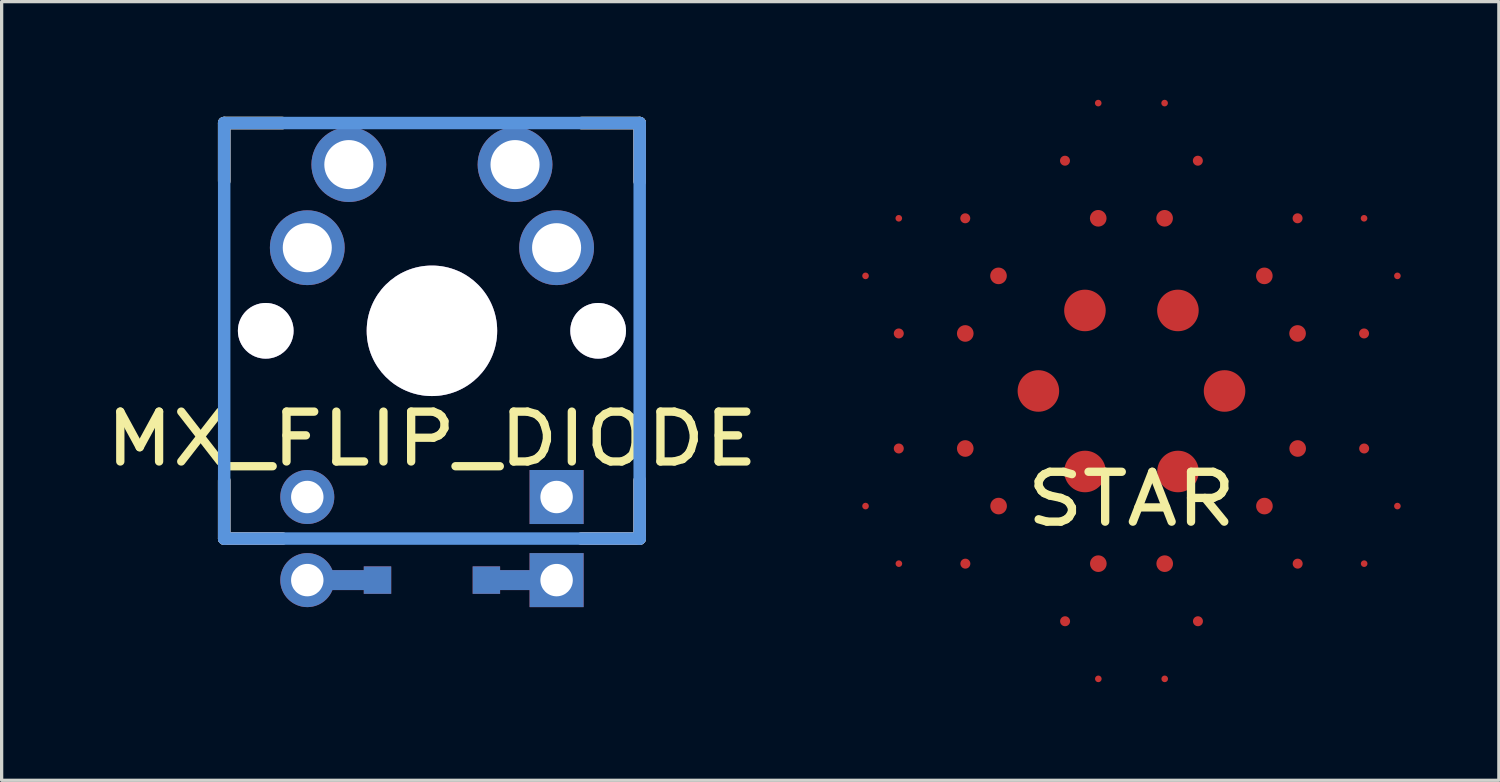
<source format=kicad_pcb>
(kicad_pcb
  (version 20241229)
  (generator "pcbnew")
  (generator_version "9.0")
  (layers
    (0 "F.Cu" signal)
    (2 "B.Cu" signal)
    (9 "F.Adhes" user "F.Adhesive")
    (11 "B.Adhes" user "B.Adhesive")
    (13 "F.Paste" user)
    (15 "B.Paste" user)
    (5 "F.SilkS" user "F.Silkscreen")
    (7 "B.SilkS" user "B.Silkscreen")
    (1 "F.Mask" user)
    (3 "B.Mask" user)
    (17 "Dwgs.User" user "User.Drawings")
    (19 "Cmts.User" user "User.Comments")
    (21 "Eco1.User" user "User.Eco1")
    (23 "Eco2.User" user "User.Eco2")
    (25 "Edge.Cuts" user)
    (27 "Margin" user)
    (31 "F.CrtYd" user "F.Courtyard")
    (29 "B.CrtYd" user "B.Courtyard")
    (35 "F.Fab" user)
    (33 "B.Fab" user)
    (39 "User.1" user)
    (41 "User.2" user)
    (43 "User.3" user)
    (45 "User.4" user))
  (footprint "MX_FLIP_DIODE"
    (layer "F.Cu")
    (at 10.152 7.061)
    (property "Reference" "MX_FLIP_DIODE" (at 0 3.302 0) (layer "F.SilkS") (effects (font (size 1.524 1.778) (thickness 0.254))))
    (attr through_hole)
    (fp_line (start -3.81 7.62) (end -1.664 7.62) (stroke (width 0.61) (type solid)) (layer "F.Cu"))
    (fp_line (start 1.664 7.62) (end 3.81 7.62) (stroke (width 0.61) (type solid)) (layer "F.Cu"))
    (fp_line (start -3.81 7.62) (end -1.664 7.62) (stroke (width 0.61) (type solid)) (layer "B.Cu"))
    (fp_line (start 1.664 7.62) (end 3.81 7.62) (stroke (width 0.61) (type solid)) (layer "B.Cu"))
    (fp_line (start -6.35 -6.35) (end -4.572 -6.35) (stroke (width 0.381) (type solid)) (layer "F.SilkS"))
    (fp_line (start -6.35 -4.572) (end -6.35 -6.35) (stroke (width 0.381) (type solid)) (layer "F.SilkS"))
    (fp_line (start -6.35 6.35) (end -6.35 4.572) (stroke (width 0.381) (type solid)) (layer "F.SilkS"))
    (fp_line (start -4.572 6.35) (end -6.35 6.35) (stroke (width 0.381) (type solid)) (layer "F.SilkS"))
    (fp_line (start 4.572 -6.35) (end 6.35 -6.35) (stroke (width 0.381) (type solid)) (layer "F.SilkS"))
    (fp_line (start 6.35 -6.35) (end 6.35 -4.572) (stroke (width 0.381) (type solid)) (layer "F.SilkS"))
    (fp_line (start 6.35 4.572) (end 6.35 6.35) (stroke (width 0.381) (type solid)) (layer "F.SilkS"))
    (fp_line (start 6.35 6.35) (end 4.572 6.35) (stroke (width 0.381) (type solid)) (layer "F.SilkS"))
    (fp_line (start -6.35 -6.35) (end -4.572 -6.35) (stroke (width 0.381) (type solid)) (layer "B.SilkS"))
    (fp_line (start -6.35 -4.572) (end -6.35 -6.35) (stroke (width 0.381) (type solid)) (layer "B.SilkS"))
    (fp_line (start -6.35 6.35) (end -6.35 4.572) (stroke (width 0.381) (type solid)) (layer "B.SilkS"))
    (fp_line (start -4.572 6.35) (end -6.35 6.35) (stroke (width 0.381) (type solid)) (layer "B.SilkS"))
    (fp_line (start 4.572 -6.35) (end 6.35 -6.35) (stroke (width 0.381) (type solid)) (layer "B.SilkS"))
    (fp_line (start 6.35 -6.35) (end 6.35 -4.572) (stroke (width 0.381) (type solid)) (layer "B.SilkS"))
    (fp_line (start 6.35 4.572) (end 6.35 6.35) (stroke (width 0.381) (type solid)) (layer "B.SilkS"))
    (fp_line (start 6.35 6.35) (end 4.572 6.35) (stroke (width 0.381) (type solid)) (layer "B.SilkS"))
    (fp_line (start -6.35 -6.35) (end 6.35 -6.35) (stroke (width 0.381) (type solid)) (layer "Cmts.User"))
    (fp_line (start -6.35 6.35) (end -6.35 -6.35) (stroke (width 0.381) (type solid)) (layer "Cmts.User"))
    (fp_line (start 6.35 -6.35) (end 6.35 6.35) (stroke (width 0.381) (type solid)) (layer "Cmts.User"))
    (fp_line (start 6.35 6.35) (end -6.35 6.35) (stroke (width 0.381) (type solid)) (layer "Cmts.User"))
    (fp_line (start -7.798 -6.005) (end -6.985 -6.005) (stroke (width 0.152) (type solid)) (layer "Eco2.User"))
    (fp_line (start -7.798 -2.504) (end -7.798 -6.005) (stroke (width 0.152) (type solid)) (layer "Eco2.User"))
    (fp_line (start -7.798 2.504) (end -6.985 2.504) (stroke (width 0.152) (type solid)) (layer "Eco2.User"))
    (fp_line (start -7.798 6.005) (end -7.798 2.504) (stroke (width 0.152) (type solid)) (layer "Eco2.User"))
    (fp_line (start -6.985 -6.985) (end 6.985 -6.985) (stroke (width 0.152) (type solid)) (layer "Eco2.User"))
    (fp_line (start -6.985 -6.005) (end -6.985 -6.985) (stroke (width 0.152) (type solid)) (layer "Eco2.User"))
    (fp_line (start -6.985 -2.504) (end -7.798 -2.504) (stroke (width 0.152) (type solid)) (layer "Eco2.User"))
    (fp_line (start -6.985 2.504) (end -6.985 -2.504) (stroke (width 0.152) (type solid)) (layer "Eco2.User"))
    (fp_line (start -6.985 6.005) (end -7.798 6.005) (stroke (width 0.152) (type solid)) (layer "Eco2.User"))
    (fp_line (start -6.985 6.985) (end -6.985 6.005) (stroke (width 0.152) (type solid)) (layer "Eco2.User"))
    (fp_line (start 6.985 -6.985) (end 6.985 -6.005) (stroke (width 0.152) (type solid)) (layer "Eco2.User"))
    (fp_line (start 6.985 -6.005) (end 7.798 -6.005) (stroke (width 0.152) (type solid)) (layer "Eco2.User"))
    (fp_line (start 6.985 -2.504) (end 6.985 2.504) (stroke (width 0.152) (type solid)) (layer "Eco2.User"))
    (fp_line (start 6.985 2.504) (end 7.798 2.504) (stroke (width 0.152) (type solid)) (layer "Eco2.User"))
    (fp_line (start 6.985 6.005) (end 6.985 6.985) (stroke (width 0.152) (type solid)) (layer "Eco2.User"))
    (fp_line (start 6.985 6.985) (end -6.985 6.985) (stroke (width 0.152) (type solid)) (layer "Eco2.User"))
    (fp_line (start 7.798 -6.005) (end 7.798 -2.504) (stroke (width 0.152) (type solid)) (layer "Eco2.User"))
    (fp_line (start 7.798 -2.504) (end 6.985 -2.504) (stroke (width 0.152) (type solid)) (layer "Eco2.User"))
    (fp_line (start 7.798 2.504) (end 7.798 6.005) (stroke (width 0.152) (type solid)) (layer "Eco2.User"))
    (fp_line (start 7.798 6.005) (end 6.985 6.005) (stroke (width 0.152) (type solid)) (layer "Eco2.User"))
    (pad "0" thru_hole circle (at -5.08 0) (size 1.702 1.702) (drill 1.702) (layers "*.Cu" "*.Mask"))
    (pad "0" thru_hole circle (at 0 0) (size 3.988 3.988) (drill 3.988) (layers "*.Cu" "*.Mask"))
    (pad "0" thru_hole circle (at 5.08 0) (size 1.702 1.702) (drill 1.702) (layers "*.Cu" "*.Mask"))
    (pad "1" thru_hole circle (at 2.54 -5.08) (size 2.286 2.286) (drill 1.499) (layers "*.Cu" "*.Mask"))
    (pad "1" thru_hole circle (at 3.81 -2.54) (size 2.286 2.286) (drill 1.499) (layers "*.Cu" "*.Mask"))
    (pad "2" thru_hole circle (at -3.81 -2.54) (size 2.286 2.286) (drill 1.499) (layers "*.Cu" "*.Mask"))
    (pad "2" thru_hole circle (at -2.54 -5.08) (size 2.286 2.286) (drill 1.499) (layers "*.Cu" "*.Mask"))
    (pad "3" thru_hole circle (at -3.81 5.08) (size 1.651 1.651) (drill 0.991) (layers "*.Cu" "*.Mask"))
    (pad "3" thru_hole circle (at -3.81 7.62) (size 1.651 1.651) (drill 0.991) (layers "*.Cu" "*.Mask"))
    (pad "4" thru_hole rect (at 3.81 5.08) (size 1.651 1.651) (drill 0.991) (layers "*.Cu" "*.Mask"))
    (pad "4" thru_hole rect (at 3.81 7.62) (size 1.651 1.651) (drill 0.991) (layers "*.Cu" "*.Mask"))
    (pad "99" smd rect (at -1.664 7.62) (size 0.838 0.838) (layers "F.Cu" "F.Mask" "F.Paste"))
    (pad "99" smd rect (at -1.664 7.62) (size 0.838 0.838) (layers "B.Cu" "B.Mask" "B.Paste"))
    (pad "99" smd rect (at 1.664 7.62) (size 0.838 0.838) (layers "F.Cu" "F.Mask" "F.Paste"))
    (pad "99" smd rect (at 1.664 7.62) (size 0.838 0.838) (layers "B.Cu" "B.Mask" "B.Paste")))
  (footprint "STAR"
    (layer "F.Cu")
    (at 31.533 8.9)
    (property "Reference" "STAR" (at 0 3.302 0) (layer "F.SilkS") (effects (font (size 1.524 1.778) (thickness 0.254))))
    (attr through_hole)
    (pad "0" smd circle (at -2.845 0) (size 1.27 1.27) (layers "F.Cu"))
    (pad "0" smd circle (at -1.422 -2.461) (size 1.27 1.27) (layers "F.Cu"))
    (pad "0" smd circle (at -1.42 2.461) (size 1.27 1.27) (layers "F.Cu"))
    (pad "0" smd circle (at 1.42 -2.461) (size 1.27 1.27) (layers "F.Cu"))
    (pad "0" smd circle (at 1.422 2.461) (size 1.27 1.27) (layers "F.Cu"))
    (pad "0" smd circle (at 2.845 0) (size 1.27 1.27) (layers "F.Cu"))
    (pad "1" smd circle (at -5.08 -1.758) (size 0.508 0.508) (layers "F.Cu"))
    (pad "1" smd circle (at -4.061 3.518) (size 0.508 0.508) (layers "F.Cu"))
    (pad "1" smd circle (at -1.016 -5.278) (size 0.508 0.508) (layers "F.Cu"))
    (pad "1" smd circle (at 1.016 5.278) (size 0.508 0.508) (layers "F.Cu"))
    (pad "1" smd circle (at 4.061 -3.518) (size 0.508 0.508) (layers "F.Cu"))
    (pad "1" smd circle (at 5.08 1.758) (size 0.508 0.508) (layers "F.Cu"))
    (pad "2" smd circle (at -5.08 1.758) (size 0.508 0.508) (layers "F.Cu"))
    (pad "2" smd circle (at -4.064 -3.518) (size 0.508 0.508) (layers "F.Cu"))
    (pad "2" smd circle (at -1.013 5.278) (size 0.508 0.508) (layers "F.Cu"))
    (pad "2" smd circle (at 1.013 -5.278) (size 0.508 0.508) (layers "F.Cu"))
    (pad "2" smd circle (at 4.064 3.518) (size 0.508 0.508) (layers "F.Cu"))
    (pad "2" smd circle (at 5.077 -1.758) (size 0.508 0.508) (layers "F.Cu"))
    (pad "3" smd circle (at -7.112 -1.758) (size 0.305 0.305) (layers "F.Cu"))
    (pad "3" smd circle (at -5.077 5.278) (size 0.305 0.305) (layers "F.Cu"))
    (pad "3" smd circle (at -2.032 -7.038) (size 0.305 0.305) (layers "F.Cu"))
    (pad "3" smd circle (at 2.032 7.038) (size 0.305 0.305) (layers "F.Cu"))
    (pad "3" smd circle (at 5.077 -5.278) (size 0.305 0.305) (layers "F.Cu"))
    (pad "3" smd circle (at 7.112 1.758) (size 0.305 0.305) (layers "F.Cu"))
    (pad "4" smd circle (at -7.112 1.758) (size 0.305 0.305) (layers "F.Cu"))
    (pad "4" smd circle (at -5.08 -5.278) (size 0.305 0.305) (layers "F.Cu"))
    (pad "4" smd circle (at -2.029 7.038) (size 0.305 0.305) (layers "F.Cu"))
    (pad "4" smd circle (at 2.029 -7.038) (size 0.305 0.305) (layers "F.Cu"))
    (pad "4" smd circle (at 5.08 5.278) (size 0.305 0.305) (layers "F.Cu"))
    (pad "4" smd circle (at 7.109 -1.758) (size 0.305 0.305) (layers "F.Cu"))
    (pad "5" smd circle (at -8.128 -3.518) (size 0.203 0.203) (layers "F.Cu"))
    (pad "5" smd circle (at -7.109 5.278) (size 0.203 0.203) (layers "F.Cu"))
    (pad "5" smd circle (at -1.016 -8.799) (size 0.203 0.203) (layers "F.Cu"))
    (pad "5" smd circle (at 1.016 8.799) (size 0.203 0.203) (layers "F.Cu"))
    (pad "5" smd circle (at 7.109 -5.278) (size 0.203 0.203) (layers "F.Cu"))
    (pad "5" smd circle (at 8.128 3.518) (size 0.203 0.203) (layers "F.Cu"))
    (pad "6" smd circle (at -8.128 3.518) (size 0.203 0.203) (layers "F.Cu"))
    (pad "6" smd circle (at -7.112 -5.278) (size 0.203 0.203) (layers "F.Cu"))
    (pad "6" smd circle (at -1.013 8.799) (size 0.203 0.203) (layers "F.Cu"))
    (pad "6" smd circle (at 1.013 -8.799) (size 0.203 0.203) (layers "F.Cu"))
    (pad "6" smd circle (at 7.112 5.278) (size 0.203 0.203) (layers "F.Cu"))
    (pad "6" smd circle (at 8.128 -3.518) (size 0.203 0.203) (layers "F.Cu")))
  (gr_rect
    (start -3 -3)
    (end 42.762 20.8)
    (stroke (width 0.1) (type default))
    (fill no)
    (layer "Edge.Cuts")))
</source>
